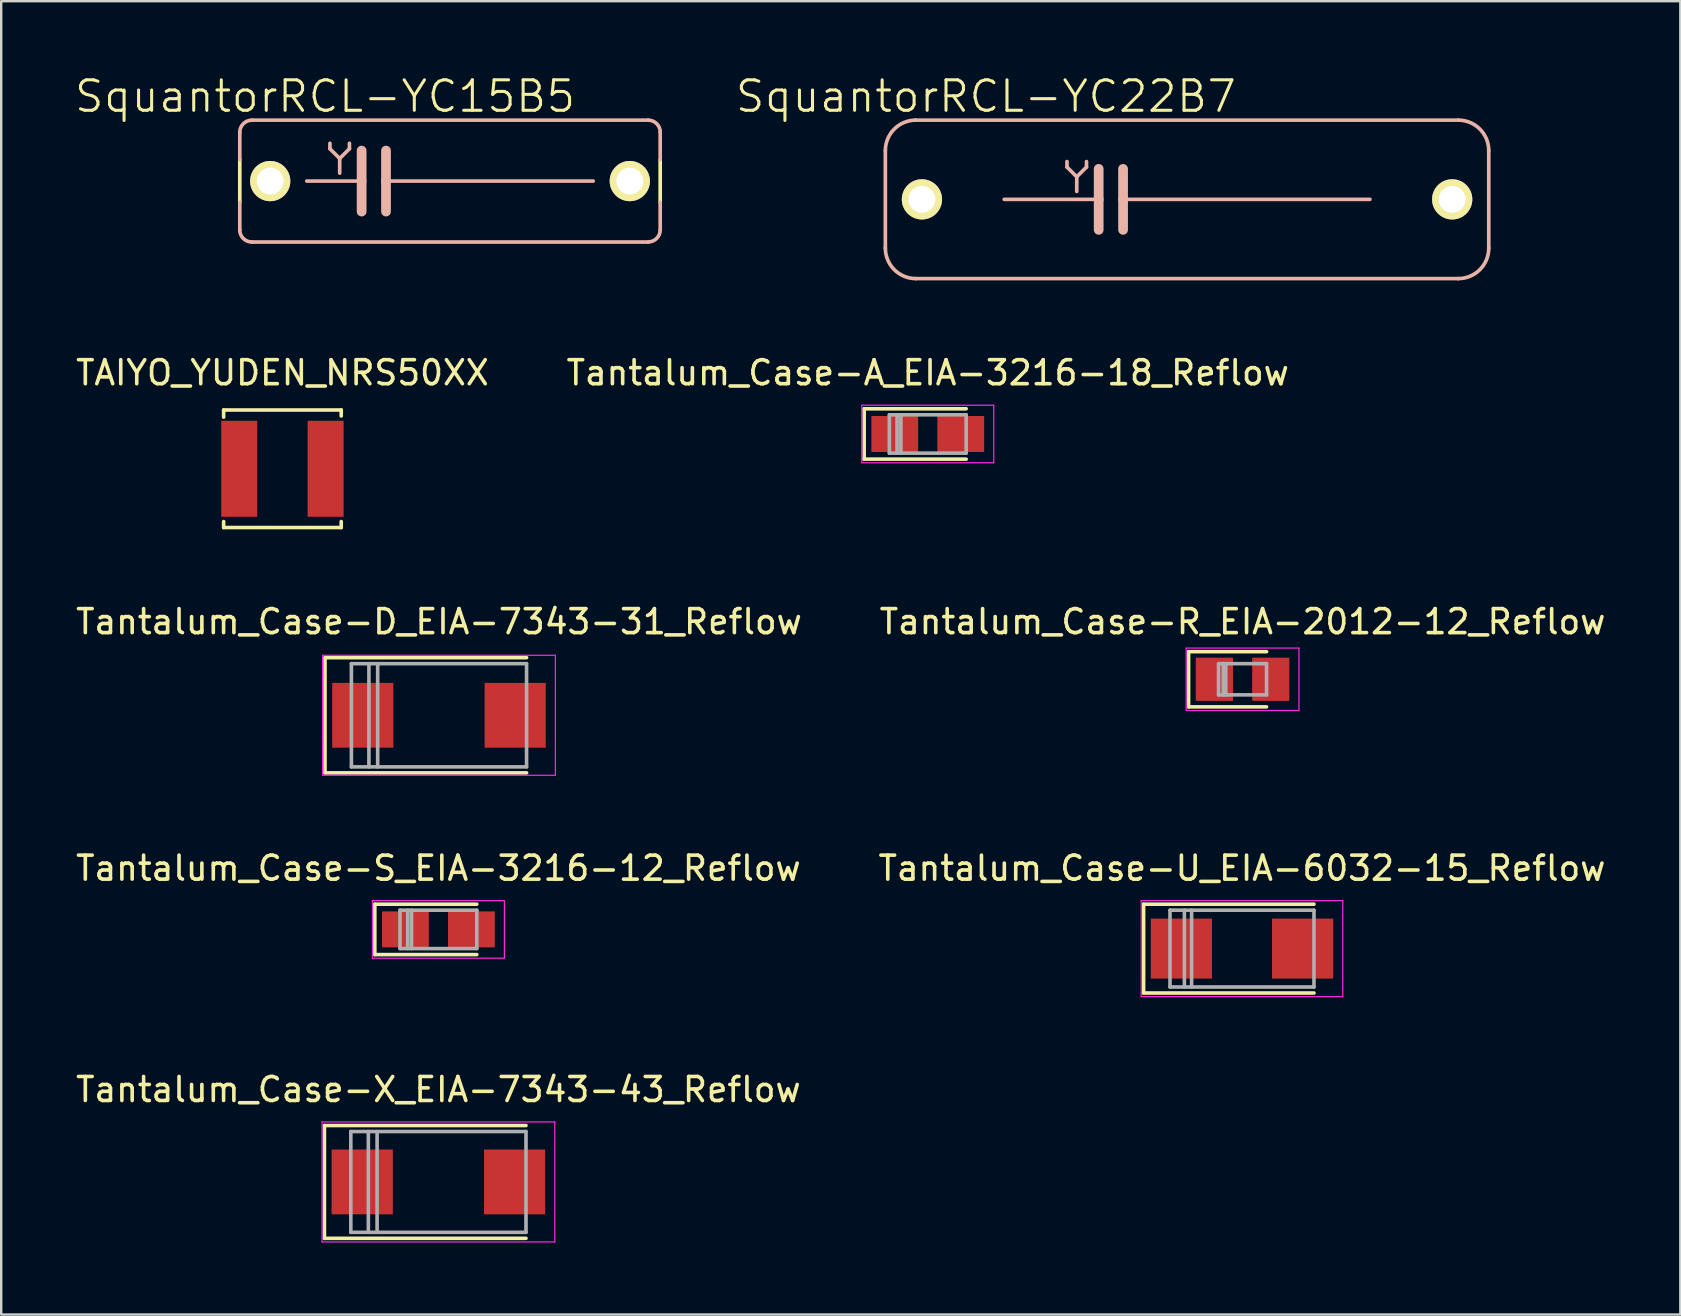
<source format=kicad_pcb>
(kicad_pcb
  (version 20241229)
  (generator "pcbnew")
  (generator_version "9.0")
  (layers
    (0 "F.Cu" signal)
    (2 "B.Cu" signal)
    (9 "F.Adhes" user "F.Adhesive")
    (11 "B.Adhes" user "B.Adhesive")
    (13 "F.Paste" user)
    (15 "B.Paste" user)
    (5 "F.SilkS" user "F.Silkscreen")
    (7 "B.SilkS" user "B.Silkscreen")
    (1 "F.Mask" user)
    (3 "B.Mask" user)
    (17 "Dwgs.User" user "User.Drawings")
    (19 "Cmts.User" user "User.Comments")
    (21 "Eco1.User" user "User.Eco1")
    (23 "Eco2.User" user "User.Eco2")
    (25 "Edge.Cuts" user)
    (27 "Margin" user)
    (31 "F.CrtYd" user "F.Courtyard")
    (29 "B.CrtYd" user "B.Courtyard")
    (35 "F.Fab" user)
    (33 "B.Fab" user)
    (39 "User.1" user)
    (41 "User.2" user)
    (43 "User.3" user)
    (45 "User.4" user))
  (footprint "TAIYO_YUDEN_NRS50XX"
    (layer "F.Cu")
    (at 8.72 16.485)
    (property "Reference" "TAIYO_YUDEN_NRS50XX" (at 0 -4 0) (layer "F.SilkS") (effects (font (size 1 1) (thickness 0.15))))
    (attr through_hole)
    (fp_line (start -2.45 -2.45) (end -2.45 -2.15) (stroke (width 0.15) (type solid)) (layer "F.SilkS"))
    (fp_line (start -2.45 -2.45) (end 2.45 -2.45) (stroke (width 0.15) (type solid)) (layer "F.SilkS"))
    (fp_line (start -2.45 2.45) (end -2.45 2.2) (stroke (width 0.15) (type solid)) (layer "F.SilkS"))
    (fp_line (start -2.45 2.45) (end 2.45 2.45) (stroke (width 0.15) (type solid)) (layer "F.SilkS"))
    (fp_line (start 2.45 -2.45) (end 2.45 -2.2) (stroke (width 0.15) (type solid)) (layer "F.SilkS"))
    (fp_line (start 2.45 2.45) (end 2.45 2.2) (stroke (width 0.15) (type solid)) (layer "F.SilkS"))
    (pad "1" smd rect (at -1.8 0) (size 1.5 4) (layers "F.Cu" "F.Mask" "F.Paste"))
    (pad "2" smd rect (at 1.8 0) (size 1.5 4) (layers "F.Cu" "F.Mask" "F.Paste")))
  (footprint "Tantalum_Case-R_EIA-2012-12_Reflow"
    (layer "F.Cu")
    (at 48.732 25.258)
    (property "Reference" "Tantalum_Case-R_EIA-2012-12_Reflow" (at 0 -2.4 0) (layer "F.SilkS") (effects (font (size 1 1) (thickness 0.15))))
    (attr smd)
    (fp_line (start -2.25 -1.15) (end -2.25 1.15) (stroke (width 0.15) (type solid)) (layer "F.SilkS"))
    (fp_line (start -2.25 -1.15) (end 1 -1.15) (stroke (width 0.15) (type solid)) (layer "F.SilkS"))
    (fp_line (start -2.25 1.15) (end 1 1.15) (stroke (width 0.15) (type solid)) (layer "F.SilkS"))
    (fp_line (start -2.35 -1.3) (end -2.35 1.3) (stroke (width 0.05) (type solid)) (layer "F.CrtYd"))
    (fp_line (start -2.35 1.3) (end 2.35 1.3) (stroke (width 0.05) (type solid)) (layer "F.CrtYd"))
    (fp_line (start 2.35 -1.3) (end -2.35 -1.3) (stroke (width 0.05) (type solid)) (layer "F.CrtYd"))
    (fp_line (start 2.35 1.3) (end 2.35 -1.3) (stroke (width 0.05) (type solid)) (layer "F.CrtYd"))
    (fp_line (start -1 -0.65) (end -1 0.65) (stroke (width 0.15) (type solid)) (layer "F.Fab"))
    (fp_line (start -1 0.65) (end 1 0.65) (stroke (width 0.15) (type solid)) (layer "F.Fab"))
    (fp_line (start -0.8 -0.65) (end -0.8 0.65) (stroke (width 0.15) (type solid)) (layer "F.Fab"))
    (fp_line (start -0.7 -0.65) (end -0.7 0.65) (stroke (width 0.15) (type solid)) (layer "F.Fab"))
    (fp_line (start 1 -0.65) (end -1 -0.65) (stroke (width 0.15) (type solid)) (layer "F.Fab"))
    (fp_line (start 1 0.65) (end 1 -0.65) (stroke (width 0.15) (type solid)) (layer "F.Fab"))
    (pad "1" smd rect (at -1.175 0) (size 1.55 1.8) (layers "F.Cu" "F.Mask" "F.Paste"))
    (pad "2" smd rect (at 1.175 0) (size 1.55 1.8) (layers "F.Cu" "F.Mask" "F.Paste")))
  (footprint "Tantalum_Case-S_EIA-3216-12_Reflow"
    (layer "F.Cu")
    (at 15.22 35.681)
    (property "Reference" "Tantalum_Case-S_EIA-3216-12_Reflow" (at 0 -2.55 0) (layer "F.SilkS") (effects (font (size 1 1) (thickness 0.15))))
    (attr smd)
    (fp_line (start -2.65 -1.05) (end -2.65 1.05) (stroke (width 0.15) (type solid)) (layer "F.SilkS"))
    (fp_line (start -2.65 -1.05) (end 1.6 -1.05) (stroke (width 0.15) (type solid)) (layer "F.SilkS"))
    (fp_line (start -2.65 1.05) (end 1.6 1.05) (stroke (width 0.15) (type solid)) (layer "F.SilkS"))
    (fp_line (start -2.75 -1.2) (end -2.75 1.2) (stroke (width 0.05) (type solid)) (layer "F.CrtYd"))
    (fp_line (start -2.75 1.2) (end 2.75 1.2) (stroke (width 0.05) (type solid)) (layer "F.CrtYd"))
    (fp_line (start 2.75 -1.2) (end -2.75 -1.2) (stroke (width 0.05) (type solid)) (layer "F.CrtYd"))
    (fp_line (start 2.75 1.2) (end 2.75 -1.2) (stroke (width 0.05) (type solid)) (layer "F.CrtYd"))
    (fp_line (start -1.6 -0.8) (end -1.6 0.8) (stroke (width 0.15) (type solid)) (layer "F.Fab"))
    (fp_line (start -1.6 0.8) (end 1.6 0.8) (stroke (width 0.15) (type solid)) (layer "F.Fab"))
    (fp_line (start -1.28 -0.8) (end -1.28 0.8) (stroke (width 0.15) (type solid)) (layer "F.Fab"))
    (fp_line (start -1.12 -0.8) (end -1.12 0.8) (stroke (width 0.15) (type solid)) (layer "F.Fab"))
    (fp_line (start 1.6 -0.8) (end -1.6 -0.8) (stroke (width 0.15) (type solid)) (layer "F.Fab"))
    (fp_line (start 1.6 0.8) (end 1.6 -0.8) (stroke (width 0.15) (type solid)) (layer "F.Fab"))
    (pad "1" smd rect (at -1.375 0) (size 1.95 1.5) (layers "F.Cu" "F.Mask" "F.Paste"))
    (pad "2" smd rect (at 1.375 0) (size 1.95 1.5) (layers "F.Cu" "F.Mask" "F.Paste")))
  (footprint "Tantalum_Case-U_EIA-6032-15_Reflow"
    (layer "F.Cu")
    (at 48.708 36.481)
    (property "Reference" "Tantalum_Case-U_EIA-6032-15_Reflow" (at 0 -3.35 0) (layer "F.SilkS") (effects (font (size 1 1) (thickness 0.15))))
    (attr smd)
    (fp_line (start -4.1 -1.85) (end -4.1 1.85) (stroke (width 0.15) (type solid)) (layer "F.SilkS"))
    (fp_line (start -4.1 -1.85) (end 3 -1.85) (stroke (width 0.15) (type solid)) (layer "F.SilkS"))
    (fp_line (start -4.1 1.85) (end 3 1.85) (stroke (width 0.15) (type solid)) (layer "F.SilkS"))
    (fp_line (start -4.2 -2) (end -4.2 2) (stroke (width 0.05) (type solid)) (layer "F.CrtYd"))
    (fp_line (start -4.2 2) (end 4.2 2) (stroke (width 0.05) (type solid)) (layer "F.CrtYd"))
    (fp_line (start 4.2 -2) (end -4.2 -2) (stroke (width 0.05) (type solid)) (layer "F.CrtYd"))
    (fp_line (start 4.2 2) (end 4.2 -2) (stroke (width 0.05) (type solid)) (layer "F.CrtYd"))
    (fp_line (start -3 -1.6) (end -3 1.6) (stroke (width 0.15) (type solid)) (layer "F.Fab"))
    (fp_line (start -3 1.6) (end 3 1.6) (stroke (width 0.15) (type solid)) (layer "F.Fab"))
    (fp_line (start -2.4 -1.6) (end -2.4 1.6) (stroke (width 0.15) (type solid)) (layer "F.Fab"))
    (fp_line (start -2.1 -1.6) (end -2.1 1.6) (stroke (width 0.15) (type solid)) (layer "F.Fab"))
    (fp_line (start 3 -1.6) (end -3 -1.6) (stroke (width 0.15) (type solid)) (layer "F.Fab"))
    (fp_line (start 3 1.6) (end 3 -1.6) (stroke (width 0.15) (type solid)) (layer "F.Fab"))
    (pad "1" smd rect (at -2.525 0) (size 2.55 2.5) (layers "F.Cu" "F.Mask" "F.Paste"))
    (pad "2" smd rect (at 2.525 0) (size 2.55 2.5) (layers "F.Cu" "F.Mask" "F.Paste")))
  (footprint "Tantalum_Case-D_EIA-7343-31_Reflow"
    (layer "F.Cu")
    (at 15.244 26.758)
    (property "Reference" "Tantalum_Case-D_EIA-7343-31_Reflow" (at 0 -3.9 0) (layer "F.SilkS") (effects (font (size 1 1) (thickness 0.15))))
    (attr smd)
    (fp_line (start -4.75 -2.4) (end -4.75 2.4) (stroke (width 0.15) (type solid)) (layer "F.SilkS"))
    (fp_line (start -4.75 -2.4) (end 3.65 -2.4) (stroke (width 0.15) (type solid)) (layer "F.SilkS"))
    (fp_line (start -4.75 2.4) (end 3.65 2.4) (stroke (width 0.15) (type solid)) (layer "F.SilkS"))
    (fp_line (start -4.85 -2.5) (end -4.85 2.5) (stroke (width 0.05) (type solid)) (layer "F.CrtYd"))
    (fp_line (start -4.85 2.5) (end 4.85 2.5) (stroke (width 0.05) (type solid)) (layer "F.CrtYd"))
    (fp_line (start 4.85 -2.5) (end -4.85 -2.5) (stroke (width 0.05) (type solid)) (layer "F.CrtYd"))
    (fp_line (start 4.85 2.5) (end 4.85 -2.5) (stroke (width 0.05) (type solid)) (layer "F.CrtYd"))
    (fp_line (start -3.65 -2.15) (end -3.65 2.15) (stroke (width 0.15) (type solid)) (layer "F.Fab"))
    (fp_line (start -3.65 2.15) (end 3.65 2.15) (stroke (width 0.15) (type solid)) (layer "F.Fab"))
    (fp_line (start -2.92 -2.15) (end -2.92 2.15) (stroke (width 0.15) (type solid)) (layer "F.Fab"))
    (fp_line (start -2.555 -2.15) (end -2.555 2.15) (stroke (width 0.15) (type solid)) (layer "F.Fab"))
    (fp_line (start 3.65 -2.15) (end -3.65 -2.15) (stroke (width 0.15) (type solid)) (layer "F.Fab"))
    (fp_line (start 3.65 2.15) (end 3.65 -2.15) (stroke (width 0.15) (type solid)) (layer "F.Fab"))
    (pad "1" smd rect (at -3.175 0) (size 2.55 2.7) (layers "F.Cu" "F.Mask" "F.Paste"))
    (pad "2" smd rect (at 3.175 0) (size 2.55 2.7) (layers "F.Cu" "F.Mask" "F.Paste")))
  (footprint "SquantorRCL-YC22B7"
    (layer "F.Cu")
    (at 46.419 5.258)
    (property "Reference" "SquantorRCL-YC22B7" (at -8.382 -4.293 0) (layer "F.SilkS") (effects (font (size 1.27 1.27) (thickness 0.127))))
    (attr exclude_from_pos_files exclude_from_bom)
    (fp_line (start -12.573 2.032) (end -12.573 -2.032) (stroke (width 0.152) (type solid)) (layer "B.SilkS"))
    (fp_line (start -11.303 -3.302) (end 11.303 -3.302) (stroke (width 0.152) (type solid)) (layer "B.SilkS"))
    (fp_line (start -11.303 3.302) (end 11.303 3.302) (stroke (width 0.152) (type solid)) (layer "B.SilkS"))
    (fp_line (start -7.62 0) (end -3.683 0) (stroke (width 0.152) (type solid)) (layer "B.SilkS"))
    (fp_line (start -5.004 -1.575) (end -5.004 -1.346) (stroke (width 0.152) (type solid)) (layer "B.SilkS"))
    (fp_line (start -5.004 -1.346) (end -4.597 -0.94) (stroke (width 0.152) (type solid)) (layer "B.SilkS"))
    (fp_line (start -4.597 -0.94) (end -4.597 -0.33) (stroke (width 0.152) (type solid)) (layer "B.SilkS"))
    (fp_line (start -4.597 -0.94) (end -4.191 -1.346) (stroke (width 0.152) (type solid)) (layer "B.SilkS"))
    (fp_line (start -4.191 -1.346) (end -4.191 -1.575) (stroke (width 0.152) (type solid)) (layer "B.SilkS"))
    (fp_line (start -3.683 -1.27) (end -3.683 0) (stroke (width 0.406) (type solid)) (layer "B.SilkS"))
    (fp_line (start -3.683 0) (end -3.683 1.27) (stroke (width 0.406) (type solid)) (layer "B.SilkS"))
    (fp_line (start -2.667 -1.27) (end -2.667 0) (stroke (width 0.406) (type solid)) (layer "B.SilkS"))
    (fp_line (start -2.667 0) (end -2.667 1.27) (stroke (width 0.406) (type solid)) (layer "B.SilkS"))
    (fp_line (start 7.62 0) (end -2.667 0) (stroke (width 0.152) (type solid)) (layer "B.SilkS"))
    (fp_line (start 12.573 2.032) (end 12.573 -2.032) (stroke (width 0.152) (type solid)) (layer "B.SilkS"))
    (fp_arc (start -12.573 -2.032) (mid -12.201026 -2.930026) (end -11.303 -3.302) (stroke (width 0.1524) (type solid)) (layer "B.SilkS"))
    (fp_arc (start -11.303 3.302) (mid -12.201026 2.930026) (end -12.573 2.032) (stroke (width 0.1524) (type solid)) (layer "B.SilkS"))
    (fp_arc (start 11.303 -3.302) (mid 12.201026 -2.930026) (end 12.573 -2.032) (stroke (width 0.1524) (type solid)) (layer "B.SilkS"))
    (fp_arc (start 12.573 2.032) (mid 12.201026 2.930026) (end 11.303 3.302) (stroke (width 0.1524) (type solid)) (layer "B.SilkS"))
    (pad "1" thru_hole circle (at -11.049 0) (size 1.676 1.676) (drill 1.118) (layers "*.Cu" "F.Mask" "F.SilkS" "F.Paste"))
    (pad "2" thru_hole circle (at 11.049 0) (size 1.676 1.676) (drill 1.118) (layers "*.Cu" "F.Mask" "F.SilkS" "F.Paste")))
  (footprint "Tantalum_Case-A_EIA-3216-18_Reflow"
    (layer "F.Cu")
    (at 35.613 15.035)
    (property "Reference" "Tantalum_Case-A_EIA-3216-18_Reflow" (at 0 -2.55 0) (layer "F.SilkS") (effects (font (size 1 1) (thickness 0.15))))
    (attr smd)
    (fp_line (start -2.65 -1.05) (end -2.65 1.05) (stroke (width 0.15) (type solid)) (layer "F.SilkS"))
    (fp_line (start -2.65 -1.05) (end 1.6 -1.05) (stroke (width 0.15) (type solid)) (layer "F.SilkS"))
    (fp_line (start -2.65 1.05) (end 1.6 1.05) (stroke (width 0.15) (type solid)) (layer "F.SilkS"))
    (fp_line (start -2.75 -1.2) (end -2.75 1.2) (stroke (width 0.05) (type solid)) (layer "F.CrtYd"))
    (fp_line (start -2.75 1.2) (end 2.75 1.2) (stroke (width 0.05) (type solid)) (layer "F.CrtYd"))
    (fp_line (start 2.75 -1.2) (end -2.75 -1.2) (stroke (width 0.05) (type solid)) (layer "F.CrtYd"))
    (fp_line (start 2.75 1.2) (end 2.75 -1.2) (stroke (width 0.05) (type solid)) (layer "F.CrtYd"))
    (fp_line (start -1.6 -0.8) (end -1.6 0.8) (stroke (width 0.15) (type solid)) (layer "F.Fab"))
    (fp_line (start -1.6 0.8) (end 1.6 0.8) (stroke (width 0.15) (type solid)) (layer "F.Fab"))
    (fp_line (start -1.28 -0.8) (end -1.28 0.8) (stroke (width 0.15) (type solid)) (layer "F.Fab"))
    (fp_line (start -1.12 -0.8) (end -1.12 0.8) (stroke (width 0.15) (type solid)) (layer "F.Fab"))
    (fp_line (start 1.6 -0.8) (end -1.6 -0.8) (stroke (width 0.15) (type solid)) (layer "F.Fab"))
    (fp_line (start 1.6 0.8) (end 1.6 -0.8) (stroke (width 0.15) (type solid)) (layer "F.Fab"))
    (pad "1" smd rect (at -1.375 0) (size 1.95 1.5) (layers "F.Cu" "F.Mask" "F.Paste"))
    (pad "2" smd rect (at 1.375 0) (size 1.95 1.5) (layers "F.Cu" "F.Mask" "F.Paste")))
  (footprint "Tantalum_Case-X_EIA-7343-43_Reflow"
    (layer "F.Cu")
    (at 15.22 46.205)
    (property "Reference" "Tantalum_Case-X_EIA-7343-43_Reflow" (at 0 -3.85 0) (layer "F.SilkS") (effects (font (size 1 1) (thickness 0.15))))
    (attr smd)
    (fp_line (start -4.75 -2.35) (end -4.75 2.35) (stroke (width 0.15) (type solid)) (layer "F.SilkS"))
    (fp_line (start -4.75 -2.35) (end 3.65 -2.35) (stroke (width 0.15) (type solid)) (layer "F.SilkS"))
    (fp_line (start -4.75 2.35) (end 3.65 2.35) (stroke (width 0.15) (type solid)) (layer "F.SilkS"))
    (fp_line (start -4.85 -2.5) (end -4.85 2.5) (stroke (width 0.05) (type solid)) (layer "F.CrtYd"))
    (fp_line (start -4.85 2.5) (end 4.85 2.5) (stroke (width 0.05) (type solid)) (layer "F.CrtYd"))
    (fp_line (start 4.85 -2.5) (end -4.85 -2.5) (stroke (width 0.05) (type solid)) (layer "F.CrtYd"))
    (fp_line (start 4.85 2.5) (end 4.85 -2.5) (stroke (width 0.05) (type solid)) (layer "F.CrtYd"))
    (fp_line (start -3.65 -2.1) (end -3.65 2.1) (stroke (width 0.15) (type solid)) (layer "F.Fab"))
    (fp_line (start -3.65 2.1) (end 3.65 2.1) (stroke (width 0.15) (type solid)) (layer "F.Fab"))
    (fp_line (start -2.92 -2.1) (end -2.92 2.1) (stroke (width 0.15) (type solid)) (layer "F.Fab"))
    (fp_line (start -2.555 -2.1) (end -2.555 2.1) (stroke (width 0.15) (type solid)) (layer "F.Fab"))
    (fp_line (start 3.65 -2.1) (end -3.65 -2.1) (stroke (width 0.15) (type solid)) (layer "F.Fab"))
    (fp_line (start 3.65 2.1) (end 3.65 -2.1) (stroke (width 0.15) (type solid)) (layer "F.Fab"))
    (pad "1" smd rect (at -3.175 0) (size 2.55 2.7) (layers "F.Cu" "F.Mask" "F.Paste"))
    (pad "2" smd rect (at 3.175 0) (size 2.55 2.7) (layers "F.Cu" "F.Mask" "F.Paste")))
  (footprint "SquantorRCL-YC15B5"
    (layer "F.Cu")
    (at 15.703 4.496)
    (property "Reference" "SquantorRCL-YC15B5" (at -5.207 -3.531 0) (layer "F.SilkS") (effects (font (size 1.27 1.27) (thickness 0.127))))
    (attr exclude_from_pos_files exclude_from_bom)
    (fp_line (start -8.76 0.889) (end -8.76 -0.889) (stroke (width 0.152) (type solid)) (layer "F.SilkS"))
    (fp_line (start 8.76 0.889) (end 8.76 -0.889) (stroke (width 0.152) (type solid)) (layer "F.SilkS"))
    (fp_line (start -8.76 -0.889) (end -8.76 -2.032) (stroke (width 0.152) (type solid)) (layer "B.SilkS"))
    (fp_line (start -8.76 2.032) (end -8.76 0.889) (stroke (width 0.152) (type solid)) (layer "B.SilkS"))
    (fp_line (start -8.255 -2.54) (end 8.255 -2.54) (stroke (width 0.152) (type solid)) (layer "B.SilkS"))
    (fp_line (start -8.255 2.54) (end 8.255 2.54) (stroke (width 0.152) (type solid)) (layer "B.SilkS"))
    (fp_line (start -5.969 0) (end -3.683 0) (stroke (width 0.152) (type solid)) (layer "B.SilkS"))
    (fp_line (start -5.004 -1.575) (end -5.004 -1.346) (stroke (width 0.152) (type solid)) (layer "B.SilkS"))
    (fp_line (start -5.004 -1.346) (end -4.597 -0.94) (stroke (width 0.152) (type solid)) (layer "B.SilkS"))
    (fp_line (start -4.597 -0.94) (end -4.597 -0.33) (stroke (width 0.152) (type solid)) (layer "B.SilkS"))
    (fp_line (start -4.597 -0.94) (end -4.191 -1.346) (stroke (width 0.152) (type solid)) (layer "B.SilkS"))
    (fp_line (start -4.191 -1.346) (end -4.191 -1.575) (stroke (width 0.152) (type solid)) (layer "B.SilkS"))
    (fp_line (start -3.683 -1.27) (end -3.683 0) (stroke (width 0.406) (type solid)) (layer "B.SilkS"))
    (fp_line (start -3.683 0) (end -3.683 1.27) (stroke (width 0.406) (type solid)) (layer "B.SilkS"))
    (fp_line (start -2.667 -1.27) (end -2.667 0) (stroke (width 0.406) (type solid)) (layer "B.SilkS"))
    (fp_line (start -2.667 0) (end -2.667 1.27) (stroke (width 0.406) (type solid)) (layer "B.SilkS"))
    (fp_line (start 5.969 0) (end -2.667 0) (stroke (width 0.152) (type solid)) (layer "B.SilkS"))
    (fp_line (start 8.76 -0.889) (end 8.76 -2.032) (stroke (width 0.152) (type solid)) (layer "B.SilkS"))
    (fp_line (start 8.76 2.032) (end 8.76 0.889) (stroke (width 0.152) (type solid)) (layer "B.SilkS"))
    (fp_arc (start -8.76046 -2.032) (mid -8.612414 -2.389414) (end -8.255 -2.53746) (stroke (width 0.1524) (type solid)) (layer "B.SilkS"))
    (fp_arc (start -8.255 2.54) (mid -8.61421 2.39121) (end -8.763 2.032) (stroke (width 0.1524) (type solid)) (layer "B.SilkS"))
    (fp_arc (start 8.255 -2.54) (mid 8.61421 -2.39121) (end 8.763 -2.032) (stroke (width 0.1524) (type solid)) (layer "B.SilkS"))
    (fp_arc (start 8.76046 2.032) (mid 8.612414 2.389414) (end 8.255 2.53746) (stroke (width 0.1524) (type solid)) (layer "B.SilkS"))
    (pad "1" thru_hole circle (at -7.493 0) (size 1.676 1.676) (drill 1.118) (layers "*.Cu" "F.Mask" "F.SilkS" "F.Paste"))
    (pad "2" thru_hole circle (at 7.493 0) (size 1.676 1.676) (drill 1.118) (layers "*.Cu" "F.Mask" "F.SilkS" "F.Paste")))
  (gr_rect
    (start -3 -3)
    (end 66.976 51.73)
    (stroke (width 0.1) (type default))
    (fill no)
    (layer "Edge.Cuts")))
</source>
